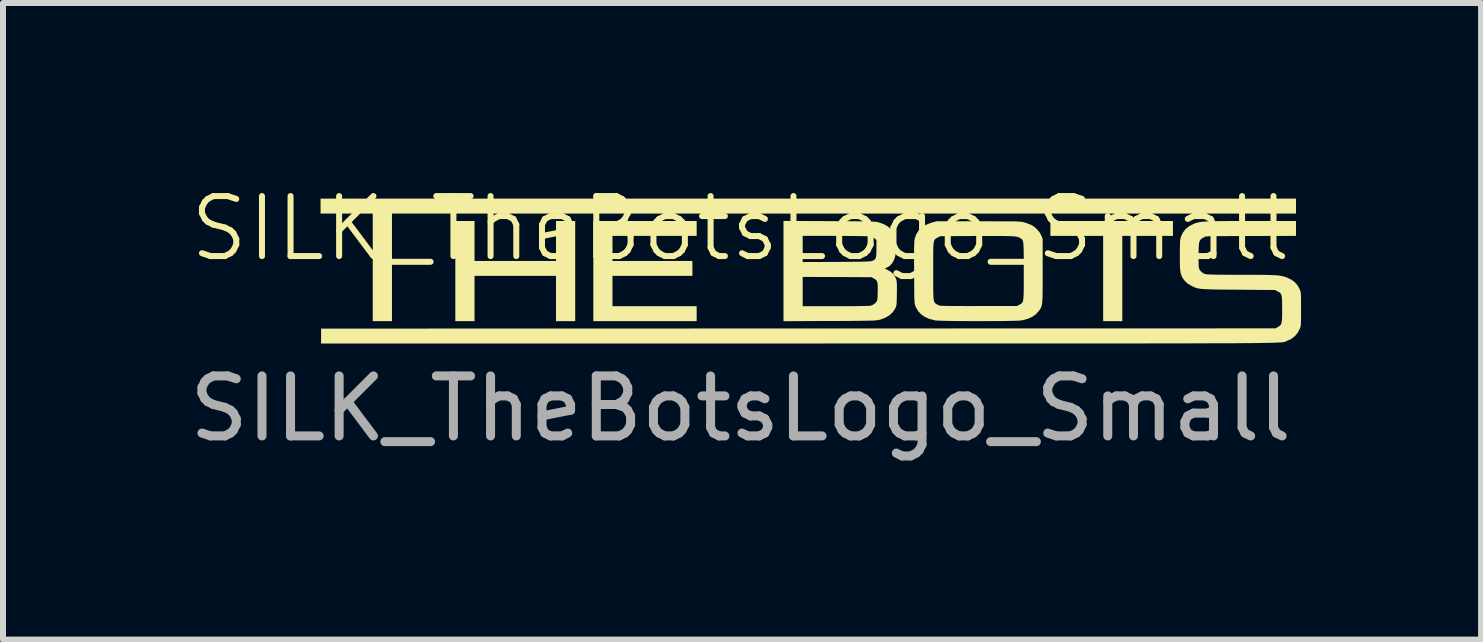
<source format=kicad_pcb>
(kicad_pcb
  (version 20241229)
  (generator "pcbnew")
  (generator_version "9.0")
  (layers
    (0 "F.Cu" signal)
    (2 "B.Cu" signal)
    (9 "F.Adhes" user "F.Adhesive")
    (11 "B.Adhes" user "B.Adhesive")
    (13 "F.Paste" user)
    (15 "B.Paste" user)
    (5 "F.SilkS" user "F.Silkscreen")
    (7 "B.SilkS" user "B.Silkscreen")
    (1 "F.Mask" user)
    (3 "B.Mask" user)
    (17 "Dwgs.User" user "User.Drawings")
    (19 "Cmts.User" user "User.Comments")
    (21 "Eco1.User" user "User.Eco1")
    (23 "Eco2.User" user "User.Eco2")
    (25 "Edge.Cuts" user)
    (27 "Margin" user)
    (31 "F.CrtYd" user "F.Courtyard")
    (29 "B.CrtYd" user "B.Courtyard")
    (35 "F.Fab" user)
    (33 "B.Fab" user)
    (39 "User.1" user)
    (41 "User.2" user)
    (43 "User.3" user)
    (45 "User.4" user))
  (footprint "SILK_TheBotsLogo_Small"
    (layer "F.Cu")
    (at 9.292 1.26)
    (property "Reference" "SILK_TheBotsLogo_Small" (at 0 -0.5 0) (unlocked yes) (layer "F.SilkS") (effects (font (size 1 1) (thickness 0.1))))
    (attr through_hole exclude_from_pos_files exclude_from_bom allow_missing_courtyard)
    (fp_poly (pts (xy 7.205 -0.503) (xy 7.205 -0.379) (xy 6.783 -0.379) (xy 6.361 -0.379) (xy 6.361 0.332) (xy 6.361 1.042) (xy 6.202 1.042) (xy 6.042 1.042) (xy 6.042 0.332) (xy 6.042 -0.379) (xy 5.602 -0.379) (xy 5.163 -0.379) (xy 5.163 -0.503) (xy 5.163 -0.627) (xy 6.184 -0.627) (xy 7.205 -0.627)) (stroke (width 0) (type solid)) (fill yes) (layer "F.SilkS"))
    (fp_poly (pts (xy 9.256 -0.876) (xy 9.256 -0.751) (xy 1.723 -0.751) (xy -5.81 -0.751) (xy -5.81 0.145) (xy -5.81 1.042) (xy -5.97 1.042) (xy -6.13 1.042) (xy -6.13 0.145) (xy -6.13 -0.751) (xy -6.565 -0.751) (xy -7 -0.751) (xy -7 -0.876) (xy -7 -1) (xy 1.128 -1) (xy 9.256 -1)) (stroke (width 0) (type solid)) (fill yes) (layer "F.SilkS"))
    (fp_poly (pts (xy -4.434 -0.294) (xy -4.434 0.039) (xy -3.755 0.039) (xy -3.076 0.039) (xy -3.076 -0.294) (xy -3.076 -0.627) (xy -2.916 -0.627) (xy -2.756 -0.627) (xy -2.756 0.207) (xy -2.756 1.042) (xy -2.916 1.042) (xy -3.076 1.042) (xy -3.076 0.665) (xy -3.076 0.287) (xy -3.755 0.287) (xy -4.434 0.287) (xy -4.434 0.665) (xy -4.434 1.042) (xy -4.594 1.042) (xy -4.754 1.042) (xy -4.754 0.207) (xy -4.754 -0.627) (xy -4.594 -0.627) (xy -4.434 -0.627)) (stroke (width 0) (type solid)) (fill yes) (layer "F.SilkS"))
    (fp_poly (pts (xy -0.732 -0.503) (xy -0.732 -0.379) (xy -1.433 -0.379) (xy -2.135 -0.379) (xy -2.135 -0.17) (xy -2.135 0.039) (xy -1.469 0.039) (xy -0.803 0.039) (xy -0.803 0.163) (xy -0.803 0.287) (xy -1.469 0.287) (xy -2.135 0.287) (xy -2.135 0.54) (xy -2.135 0.793) (xy -1.433 0.793) (xy -0.732 0.793) (xy -0.732 0.918) (xy -0.732 1.042) (xy -1.593 1.042) (xy -2.454 1.042) (xy -2.454 0.207) (xy -2.454 -0.627) (xy -1.593 -0.627) (xy -0.732 -0.627)) (stroke (width 0) (type solid)) (fill yes) (layer "F.SilkS"))
    (fp_poly (pts (xy 1.476 -0.625) (xy 1.612 -0.624) (xy 1.731 -0.624) (xy 1.835 -0.623) (xy 1.924 -0.622) (xy 2.001 -0.621) (xy 2.065 -0.621) (xy 2.119 -0.62) (xy 2.163 -0.618) (xy 2.199 -0.617) (xy 2.228 -0.616) (xy 2.25 -0.614) (xy 2.267 -0.612) (xy 2.281 -0.609) (xy 2.292 -0.607) (xy 2.377 -0.578) (xy 2.447 -0.541) (xy 2.502 -0.495) (xy 2.543 -0.44) (xy 2.57 -0.375) (xy 2.579 -0.339) (xy 2.584 -0.297) (xy 2.587 -0.245) (xy 2.588 -0.187) (xy 2.587 -0.13) (xy 2.583 -0.08) (xy 2.579 -0.049) (xy 2.559 0.017) (xy 2.527 0.075) (xy 2.485 0.12) (xy 2.437 0.15) (xy 2.402 0.165) (xy 2.453 0.19) (xy 2.508 0.224) (xy 2.553 0.269) (xy 2.584 0.321) (xy 2.593 0.345) (xy 2.598 0.365) (xy 2.602 0.388) (xy 2.604 0.418) (xy 2.605 0.455) (xy 2.605 0.505) (xy 2.605 0.568) (xy 2.604 0.587) (xy 2.603 0.651) (xy 2.602 0.699) (xy 2.601 0.735) (xy 2.598 0.762) (xy 2.595 0.783) (xy 2.591 0.799) (xy 2.584 0.815) (xy 2.577 0.831) (xy 2.538 0.89) (xy 2.485 0.94) (xy 2.418 0.982) (xy 2.338 1.013) (xy 2.307 1.021) (xy 2.295 1.024) (xy 2.28 1.026) (xy 2.262 1.028) (xy 2.239 1.03) (xy 2.211 1.032) (xy 2.175 1.033) (xy 2.131 1.034) (xy 2.077 1.035) (xy 2.013 1.036) (xy 1.938 1.037) (xy 1.849 1.038) (xy 1.746 1.038) (xy 1.628 1.039) (xy 1.494 1.039) (xy 1.481 1.039) (xy 0.715 1.043) (xy 0.715 0.305) (xy 1.035 0.305) (xy 1.035 0.549) (xy 1.035 0.793) (xy 1.583 0.793) (xy 1.681 0.793) (xy 1.774 0.793) (xy 1.862 0.792) (xy 1.942 0.791) (xy 2.012 0.79) (xy 2.071 0.789) (xy 2.117 0.788) (xy 2.149 0.786) (xy 2.165 0.785) (xy 2.166 0.785) (xy 2.214 0.765) (xy 2.255 0.73) (xy 2.264 0.719) (xy 2.271 0.708) (xy 2.276 0.695) (xy 2.279 0.676) (xy 2.282 0.649) (xy 2.283 0.611) (xy 2.285 0.558) (xy 2.285 0.551) (xy 2.286 0.489) (xy 2.285 0.441) (xy 2.281 0.406) (xy 2.273 0.38) (xy 2.262 0.361) (xy 2.245 0.346) (xy 2.222 0.331) (xy 2.221 0.331) (xy 2.184 0.31) (xy 1.609 0.307) (xy 1.035 0.305) (xy 0.715 0.305) (xy 0.715 0.207) (xy 0.715 -0.379) (xy 1.035 -0.379) (xy 1.035 -0.161) (xy 1.035 0.057) (xy 1.596 0.055) (xy 1.713 0.054) (xy 1.814 0.053) (xy 1.899 0.052) (xy 1.97 0.052) (xy 2.029 0.051) (xy 2.077 0.049) (xy 2.114 0.048) (xy 2.143 0.046) (xy 2.164 0.044) (xy 2.18 0.042) (xy 2.19 0.039) (xy 2.192 0.039) (xy 2.217 0.028) (xy 2.235 0.015) (xy 2.248 -0.002) (xy 2.257 -0.026) (xy 2.261 -0.061) (xy 2.264 -0.107) (xy 2.264 -0.167) (xy 2.264 -0.309) (xy 2.236 -0.334) (xy 2.206 -0.354) (xy 2.167 -0.368) (xy 2.163 -0.369) (xy 2.142 -0.371) (xy 2.103 -0.373) (xy 2.047 -0.375) (xy 1.973 -0.376) (xy 1.882 -0.377) (xy 1.773 -0.378) (xy 1.646 -0.378) (xy 1.576 -0.379) (xy 1.035 -0.379) (xy 0.715 -0.379) (xy 0.715 -0.628)) (stroke (width 0) (type solid)) (fill yes) (layer "F.SilkS"))
    (fp_poly (pts (xy 3.964 -0.623) (xy 4.092 -0.623) (xy 4.203 -0.622) (xy 4.299 -0.622) (xy 4.381 -0.622) (xy 4.451 -0.622) (xy 4.508 -0.621) (xy 4.556 -0.621) (xy 4.595 -0.62) (xy 4.627 -0.618) (xy 4.652 -0.617) (xy 4.672 -0.615) (xy 4.688 -0.613) (xy 4.702 -0.61) (xy 4.715 -0.607) (xy 4.727 -0.604) (xy 4.73 -0.603) (xy 4.771 -0.59) (xy 4.814 -0.574) (xy 4.848 -0.559) (xy 4.897 -0.528) (xy 4.944 -0.484) (xy 4.985 -0.434) (xy 5.013 -0.382) (xy 5.013 -0.381) (xy 5.034 -0.33) (xy 5.034 0.203) (xy 5.034 0.318) (xy 5.034 0.417) (xy 5.034 0.502) (xy 5.033 0.573) (xy 5.032 0.631) (xy 5.03 0.68) (xy 5.027 0.719) (xy 5.024 0.751) (xy 5.019 0.777) (xy 5.013 0.799) (xy 5.006 0.817) (xy 4.997 0.833) (xy 4.986 0.849) (xy 4.974 0.867) (xy 4.967 0.876) (xy 4.92 0.928) (xy 4.86 0.97) (xy 4.787 1.003) (xy 4.698 1.026) (xy 4.683 1.029) (xy 4.661 1.032) (xy 4.622 1.034) (xy 4.569 1.036) (xy 4.504 1.037) (xy 4.428 1.039) (xy 4.343 1.04) (xy 4.252 1.041) (xy 4.155 1.041) (xy 4.055 1.042) (xy 3.953 1.042) (xy 3.851 1.042) (xy 3.752 1.041) (xy 3.656 1.041) (xy 3.565 1.04) (xy 3.482 1.038) (xy 3.408 1.037) (xy 3.345 1.035) (xy 3.294 1.033) (xy 3.258 1.031) (xy 3.241 1.029) (xy 3.15 1.006) (xy 3.073 0.973) (xy 3.01 0.93) (xy 2.96 0.876) (xy 2.921 0.81) (xy 2.915 0.795) (xy 2.911 0.784) (xy 2.907 0.773) (xy 2.904 0.761) (xy 2.901 0.747) (xy 2.899 0.728) (xy 2.898 0.703) (xy 2.896 0.671) (xy 2.895 0.63) (xy 2.894 0.579) (xy 2.894 0.517) (xy 2.893 0.441) (xy 2.893 0.351) (xy 2.892 0.245) (xy 2.892 0.231) (xy 2.891 0.12) (xy 2.891 0.11) (xy 3.21 0.11) (xy 3.21 0.21) (xy 3.21 0.318) (xy 3.21 0.409) (xy 3.21 0.486) (xy 3.211 0.549) (xy 3.212 0.601) (xy 3.214 0.641) (xy 3.217 0.673) (xy 3.22 0.697) (xy 3.225 0.715) (xy 3.231 0.728) (xy 3.238 0.738) (xy 3.246 0.746) (xy 3.257 0.753) (xy 3.262 0.757) (xy 3.289 0.772) (xy 3.319 0.783) (xy 3.322 0.784) (xy 3.337 0.785) (xy 3.368 0.786) (xy 3.414 0.788) (xy 3.474 0.789) (xy 3.547 0.789) (xy 3.63 0.79) (xy 3.723 0.79) (xy 3.824 0.791) (xy 3.932 0.79) (xy 3.982 0.79) (xy 4.608 0.789) (xy 4.648 0.767) (xy 4.663 0.758) (xy 4.676 0.751) (xy 4.686 0.742) (xy 4.695 0.731) (xy 4.702 0.717) (xy 4.707 0.697) (xy 4.712 0.67) (xy 4.715 0.636) (xy 4.717 0.592) (xy 4.718 0.537) (xy 4.719 0.469) (xy 4.719 0.388) (xy 4.719 0.292) (xy 4.719 0.209) (xy 4.719 0.101) (xy 4.719 0.009) (xy 4.718 -0.068) (xy 4.718 -0.131) (xy 4.716 -0.183) (xy 4.714 -0.224) (xy 4.712 -0.255) (xy 4.708 -0.28) (xy 4.703 -0.298) (xy 4.697 -0.311) (xy 4.689 -0.321) (xy 4.68 -0.329) (xy 4.669 -0.337) (xy 4.663 -0.34) (xy 4.652 -0.348) (xy 4.64 -0.354) (xy 4.626 -0.359) (xy 4.609 -0.364) (xy 4.587 -0.368) (xy 4.559 -0.371) (xy 4.524 -0.373) (xy 4.481 -0.375) (xy 4.428 -0.376) (xy 4.365 -0.377) (xy 4.288 -0.377) (xy 4.199 -0.377) (xy 4.094 -0.377) (xy 3.974 -0.377) (xy 3.937 -0.377) (xy 3.329 -0.374) (xy 3.286 -0.352) (xy 3.27 -0.344) (xy 3.256 -0.336) (xy 3.245 -0.328) (xy 3.236 -0.318) (xy 3.228 -0.304) (xy 3.222 -0.285) (xy 3.218 -0.259) (xy 3.214 -0.226) (xy 3.212 -0.183) (xy 3.211 -0.13) (xy 3.21 -0.064) (xy 3.21 0.016) (xy 3.21 0.11) (xy 2.891 0.11) (xy 2.891 0.026) (xy 2.891 -0.054) (xy 2.891 -0.121) (xy 2.892 -0.175) (xy 2.893 -0.219) (xy 2.894 -0.255) (xy 2.896 -0.282) (xy 2.898 -0.304) (xy 2.9 -0.321) (xy 2.903 -0.335) (xy 2.903 -0.337) (xy 2.928 -0.407) (xy 2.965 -0.466) (xy 3.014 -0.516) (xy 3.077 -0.557) (xy 3.155 -0.59) (xy 3.196 -0.603) (xy 3.267 -0.623)) (stroke (width 0) (type solid)) (fill yes) (layer "F.SilkS"))
    (fp_poly (pts (xy 9.256 -0.503) (xy 9.256 -0.379) (xy 8.508 -0.377) (xy 7.76 -0.374) (xy 7.715 -0.352) (xy 7.691 -0.339) (xy 7.673 -0.325) (xy 7.658 -0.309) (xy 7.648 -0.288) (xy 7.641 -0.259) (xy 7.637 -0.22) (xy 7.634 -0.169) (xy 7.633 -0.103) (xy 7.633 -0.081) (xy 7.632 -0.023) (xy 7.632 0.032) (xy 7.633 0.081) (xy 7.634 0.118) (xy 7.635 0.142) (xy 7.636 0.145) (xy 7.65 0.187) (xy 7.68 0.222) (xy 7.72 0.248) (xy 7.755 0.26) (xy 7.776 0.262) (xy 7.814 0.264) (xy 7.871 0.266) (xy 7.944 0.267) (xy 8.035 0.268) (xy 8.143 0.269) (xy 8.269 0.27) (xy 8.345 0.27) (xy 8.468 0.27) (xy 8.574 0.27) (xy 8.666 0.27) (xy 8.744 0.271) (xy 8.81 0.273) (xy 8.866 0.275) (xy 8.913 0.277) (xy 8.952 0.28) (xy 8.986 0.284) (xy 9.014 0.289) (xy 9.04 0.294) (xy 9.064 0.301) (xy 9.088 0.309) (xy 9.091 0.31) (xy 9.167 0.344) (xy 9.23 0.387) (xy 9.279 0.442) (xy 9.316 0.509) (xy 9.32 0.518) (xy 9.326 0.532) (xy 9.33 0.546) (xy 9.334 0.563) (xy 9.336 0.583) (xy 9.338 0.609) (xy 9.339 0.645) (xy 9.34 0.69) (xy 9.34 0.749) (xy 9.34 0.822) (xy 9.34 0.842) (xy 9.34 0.92) (xy 9.34 0.981) (xy 9.339 1.03) (xy 9.338 1.067) (xy 9.337 1.096) (xy 9.334 1.117) (xy 9.331 1.134) (xy 9.327 1.149) (xy 9.321 1.163) (xy 9.32 1.168) (xy 9.283 1.237) (xy 9.235 1.294) (xy 9.174 1.339) (xy 9.106 1.371) (xy 9.1 1.374) (xy 9.095 1.376) (xy 9.09 1.378) (xy 9.086 1.38) (xy 9.081 1.382) (xy 9.077 1.384) (xy 9.071 1.386) (xy 9.064 1.388) (xy 9.056 1.39) (xy 9.046 1.392) (xy 9.034 1.393) (xy 9.019 1.395) (xy 9.001 1.396) (xy 8.98 1.397) (xy 8.956 1.399) (xy 8.928 1.4) (xy 8.895 1.401) (xy 8.858 1.402) (xy 8.816 1.403) (xy 8.769 1.404) (xy 8.716 1.405) (xy 8.657 1.406) (xy 8.592 1.407) (xy 8.52 1.408) (xy 8.441 1.408) (xy 8.355 1.409) (xy 8.261 1.41) (xy 8.159 1.41) (xy 8.049 1.411) (xy 7.93 1.411) (xy 7.802 1.411) (xy 7.665 1.412) (xy 7.518 1.412) (xy 7.361 1.413) (xy 7.193 1.413) (xy 7.015 1.413) (xy 6.826 1.413) (xy 6.625 1.414) (xy 6.412 1.414) (xy 6.187 1.414) (xy 5.95 1.414) (xy 5.7 1.414) (xy 5.436 1.414) (xy 5.16 1.414) (xy 4.869 1.414) (xy 4.564 1.414) (xy 4.245 1.414) (xy 3.91 1.414) (xy 3.561 1.414) (xy 3.196 1.414) (xy 2.815 1.414) (xy 2.417 1.414) (xy 2.004 1.414) (xy 1.573 1.414) (xy 1.125 1.415) (xy 0.966 1.415) (xy -6.991 1.415) (xy -6.991 1.291) (xy -6.991 1.166) (xy 0.961 1.164) (xy 8.914 1.162) (xy 8.954 1.14) (xy 8.974 1.127) (xy 8.99 1.115) (xy 9.003 1.1) (xy 9.012 1.08) (xy 9.018 1.053) (xy 9.022 1.017) (xy 9.024 0.969) (xy 9.025 0.908) (xy 9.025 0.842) (xy 9.025 0.767) (xy 9.024 0.708) (xy 9.021 0.662) (xy 9.017 0.627) (xy 9.011 0.602) (xy 9.001 0.583) (xy 8.988 0.568) (xy 8.97 0.556) (xy 8.949 0.545) (xy 8.905 0.523) (xy 8.292 0.518) (xy 8.169 0.517) (xy 8.063 0.516) (xy 7.971 0.515) (xy 7.893 0.514) (xy 7.827 0.512) (xy 7.771 0.51) (xy 7.725 0.508) (xy 7.687 0.505) (xy 7.656 0.502) (xy 7.63 0.498) (xy 7.607 0.492) (xy 7.587 0.486) (xy 7.567 0.479) (xy 7.548 0.47) (xy 7.526 0.46) (xy 7.52 0.457) (xy 7.457 0.421) (xy 7.407 0.376) (xy 7.375 0.334) (xy 7.36 0.309) (xy 7.348 0.285) (xy 7.339 0.26) (xy 7.332 0.231) (xy 7.327 0.196) (xy 7.323 0.153) (xy 7.321 0.099) (xy 7.32 0.032) (xy 7.32 -0.051) (xy 7.32 -0.055) (xy 7.32 -0.13) (xy 7.321 -0.189) (xy 7.322 -0.236) (xy 7.323 -0.272) (xy 7.325 -0.3) (xy 7.328 -0.322) (xy 7.332 -0.341) (xy 7.337 -0.359) (xy 7.338 -0.362) (xy 7.369 -0.431) (xy 7.414 -0.491) (xy 7.474 -0.54) (xy 7.547 -0.578) (xy 7.56 -0.583) (xy 7.58 -0.591) (xy 7.6 -0.597) (xy 7.622 -0.603) (xy 7.646 -0.608) (xy 7.674 -0.612) (xy 7.707 -0.616) (xy 7.746 -0.618) (xy 7.792 -0.621) (xy 7.847 -0.623) (xy 7.912 -0.624) (xy 7.988 -0.625) (xy 8.076 -0.626) (xy 8.177 -0.627) (xy 8.293 -0.627) (xy 8.425 -0.627) (xy 8.517 -0.627) (xy 9.256 -0.627)) (stroke (width 0) (type solid)) (fill yes) (layer "F.SilkS"))
    (fp_text user "${REFERENCE}" (at 0 2.5 0) (unlocked yes) (layer "F.Fab") (effects (font (size 1 1) (thickness 0.15)))))
  (gr_rect
    (start -3 -3)
    (end 21.632 7.609)
    (stroke (width 0.1) (type default))
    (fill no)
    (layer "Edge.Cuts")))
</source>
